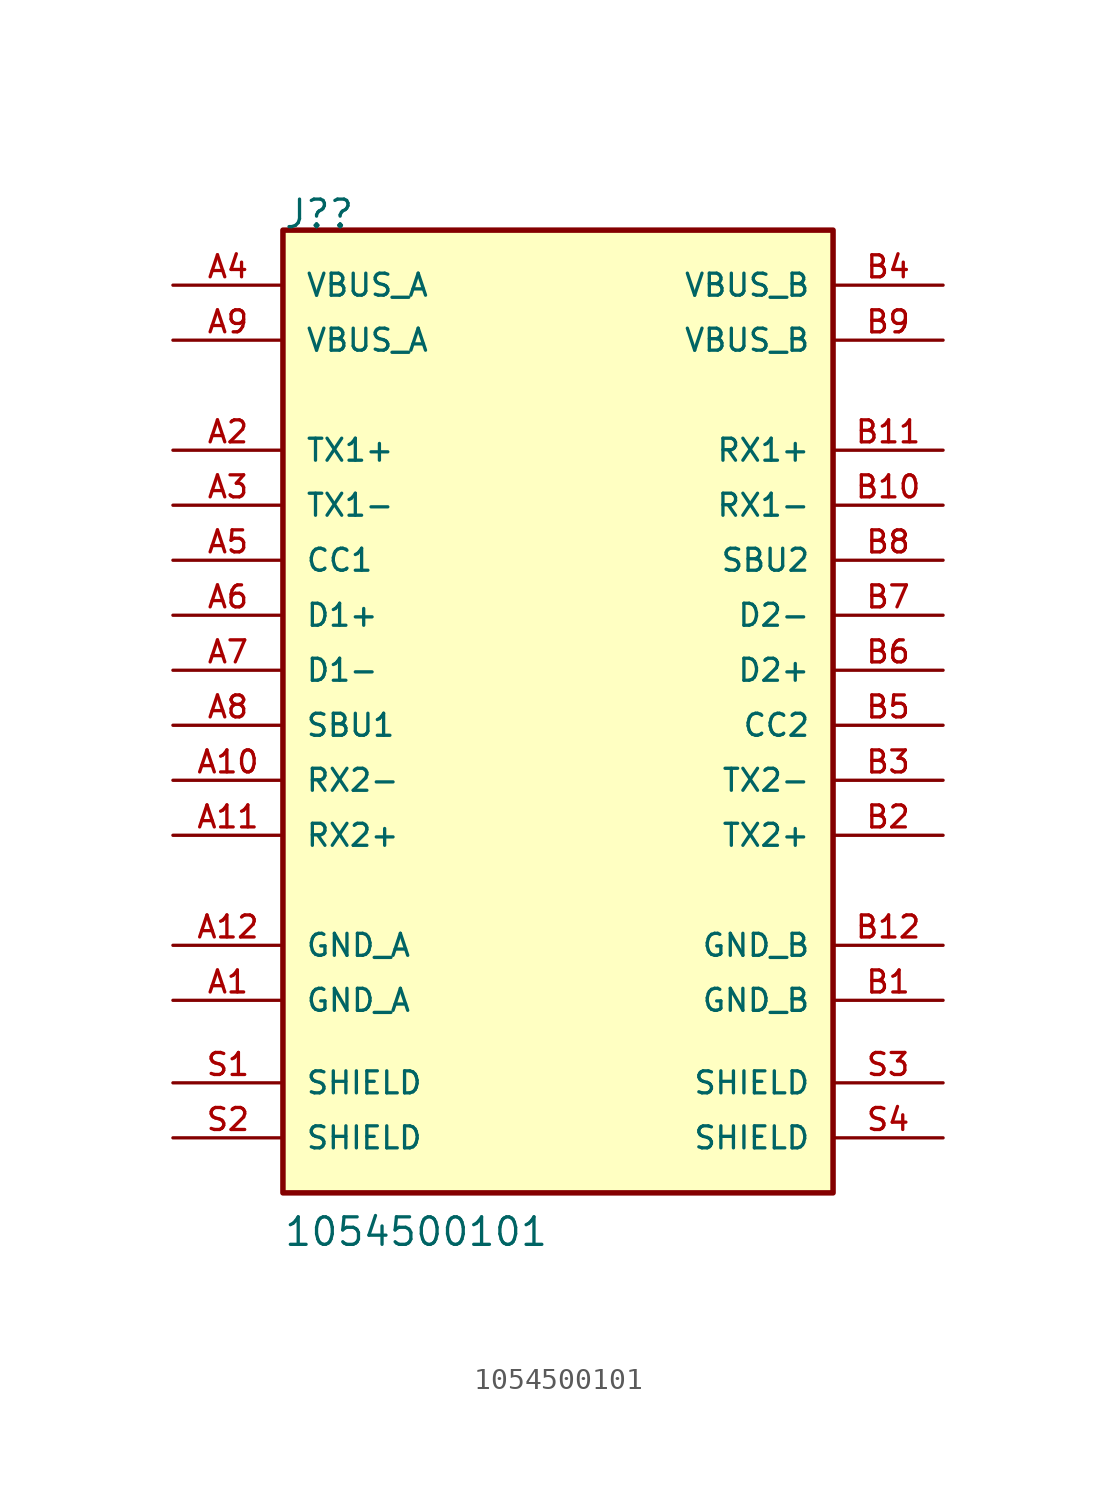
<source format=kicad_sym>
(kicad_symbol_lib
  (version 20211014)
  (generator kicad_symbol_editor)
  (symbol "1054500101"
    (pin_names
      (offset 1.016))
    (property "Reference" "J?"
      (at -12.7 21.59 0)
      (effects (font (size 1.27 1.27)) (justify left bottom)))
    (property "Value" "1054500101"
      (at -12.7 -25.4 0)
      (effects (font (size 1.27 1.27)) (justify left bottom)))
    (symbol "1054500101_0_0"
      (rectangle (start -12.7 21.59) (end 12.7 -22.86) (stroke (width 0.254) (type default) (color 0 0 0 0)) (fill (type background)))
      (pin power_in line (at -17.78 -13.97 0) (length 5.08) (name "GND_A" (effects (font (size 1.016 1.016)))) (number "A1" (effects (font (size 1.016 1.016)))))
      (pin bidirectional line (at -17.78 -3.81 0) (length 5.08) (name "RX2-" (effects (font (size 1.016 1.016)))) (number "A10" (effects (font (size 1.016 1.016)))))
      (pin bidirectional line (at -17.78 -6.35 0) (length 5.08) (name "RX2+" (effects (font (size 1.016 1.016)))) (number "A11" (effects (font (size 1.016 1.016)))))
      (pin power_in line (at -17.78 -11.43 0) (length 5.08) (name "GND_A" (effects (font (size 1.016 1.016)))) (number "A12" (effects (font (size 1.016 1.016)))))
      (pin bidirectional line (at -17.78 11.43 0) (length 5.08) (name "TX1+" (effects (font (size 1.016 1.016)))) (number "A2" (effects (font (size 1.016 1.016)))))
      (pin bidirectional line (at -17.78 8.89 0) (length 5.08) (name "TX1-" (effects (font (size 1.016 1.016)))) (number "A3" (effects (font (size 1.016 1.016)))))
      (pin power_in line (at -17.78 19.05 0) (length 5.08) (name "VBUS_A" (effects (font (size 1.016 1.016)))) (number "A4" (effects (font (size 1.016 1.016)))))
      (pin bidirectional line (at -17.78 6.35 0) (length 5.08) (name "CC1" (effects (font (size 1.016 1.016)))) (number "A5" (effects (font (size 1.016 1.016)))))
      (pin bidirectional line (at -17.78 3.81 0) (length 5.08) (name "D1+" (effects (font (size 1.016 1.016)))) (number "A6" (effects (font (size 1.016 1.016)))))
      (pin bidirectional line (at -17.78 1.27 0) (length 5.08) (name "D1-" (effects (font (size 1.016 1.016)))) (number "A7" (effects (font (size 1.016 1.016)))))
      (pin bidirectional line (at -17.78 -1.27 0) (length 5.08) (name "SBU1" (effects (font (size 1.016 1.016)))) (number "A8" (effects (font (size 1.016 1.016)))))
      (pin power_in line (at -17.78 16.51 0) (length 5.08) (name "VBUS_A" (effects (font (size 1.016 1.016)))) (number "A9" (effects (font (size 1.016 1.016)))))
      (pin power_in line (at 17.78 -13.97 180) (length 5.08) (name "GND_B" (effects (font (size 1.016 1.016)))) (number "B1" (effects (font (size 1.016 1.016)))))
      (pin bidirectional line (at 17.78 8.89 180) (length 5.08) (name "RX1-" (effects (font (size 1.016 1.016)))) (number "B10" (effects (font (size 1.016 1.016)))))
      (pin bidirectional line (at 17.78 11.43 180) (length 5.08) (name "RX1+" (effects (font (size 1.016 1.016)))) (number "B11" (effects (font (size 1.016 1.016)))))
      (pin power_in line (at 17.78 -11.43 180) (length 5.08) (name "GND_B" (effects (font (size 1.016 1.016)))) (number "B12" (effects (font (size 1.016 1.016)))))
      (pin bidirectional line (at 17.78 -6.35 180) (length 5.08) (name "TX2+" (effects (font (size 1.016 1.016)))) (number "B2" (effects (font (size 1.016 1.016)))))
      (pin bidirectional line (at 17.78 -3.81 180) (length 5.08) (name "TX2-" (effects (font (size 1.016 1.016)))) (number "B3" (effects (font (size 1.016 1.016)))))
      (pin power_in line (at 17.78 19.05 180) (length 5.08) (name "VBUS_B" (effects (font (size 1.016 1.016)))) (number "B4" (effects (font (size 1.016 1.016)))))
      (pin bidirectional line (at 17.78 -1.27 180) (length 5.08) (name "CC2" (effects (font (size 1.016 1.016)))) (number "B5" (effects (font (size 1.016 1.016)))))
      (pin bidirectional line (at 17.78 1.27 180) (length 5.08) (name "D2+" (effects (font (size 1.016 1.016)))) (number "B6" (effects (font (size 1.016 1.016)))))
      (pin bidirectional line (at 17.78 3.81 180) (length 5.08) (name "D2-" (effects (font (size 1.016 1.016)))) (number "B7" (effects (font (size 1.016 1.016)))))
      (pin bidirectional line (at 17.78 6.35 180) (length 5.08) (name "SBU2" (effects (font (size 1.016 1.016)))) (number "B8" (effects (font (size 1.016 1.016)))))
      (pin power_in line (at 17.78 16.51 180) (length 5.08) (name "VBUS_B" (effects (font (size 1.016 1.016)))) (number "B9" (effects (font (size 1.016 1.016)))))
      (pin passive line (at -17.78 -17.78 0) (length 5.08) (name "SHIELD" (effects (font (size 1.016 1.016)))) (number "S1" (effects (font (size 1.016 1.016)))))
      (pin passive line (at -17.78 -20.32 0) (length 5.08) (name "SHIELD" (effects (font (size 1.016 1.016)))) (number "S2" (effects (font (size 1.016 1.016)))))
      (pin passive line (at 17.78 -17.78 180) (length 5.08) (name "SHIELD" (effects (font (size 1.016 1.016)))) (number "S3" (effects (font (size 1.016 1.016)))))
      (pin passive line (at 17.78 -20.32 180) (length 5.08) (name "SHIELD" (effects (font (size 1.016 1.016)))) (number "S4" (effects (font (size 1.016 1.016))))))))
</source>
